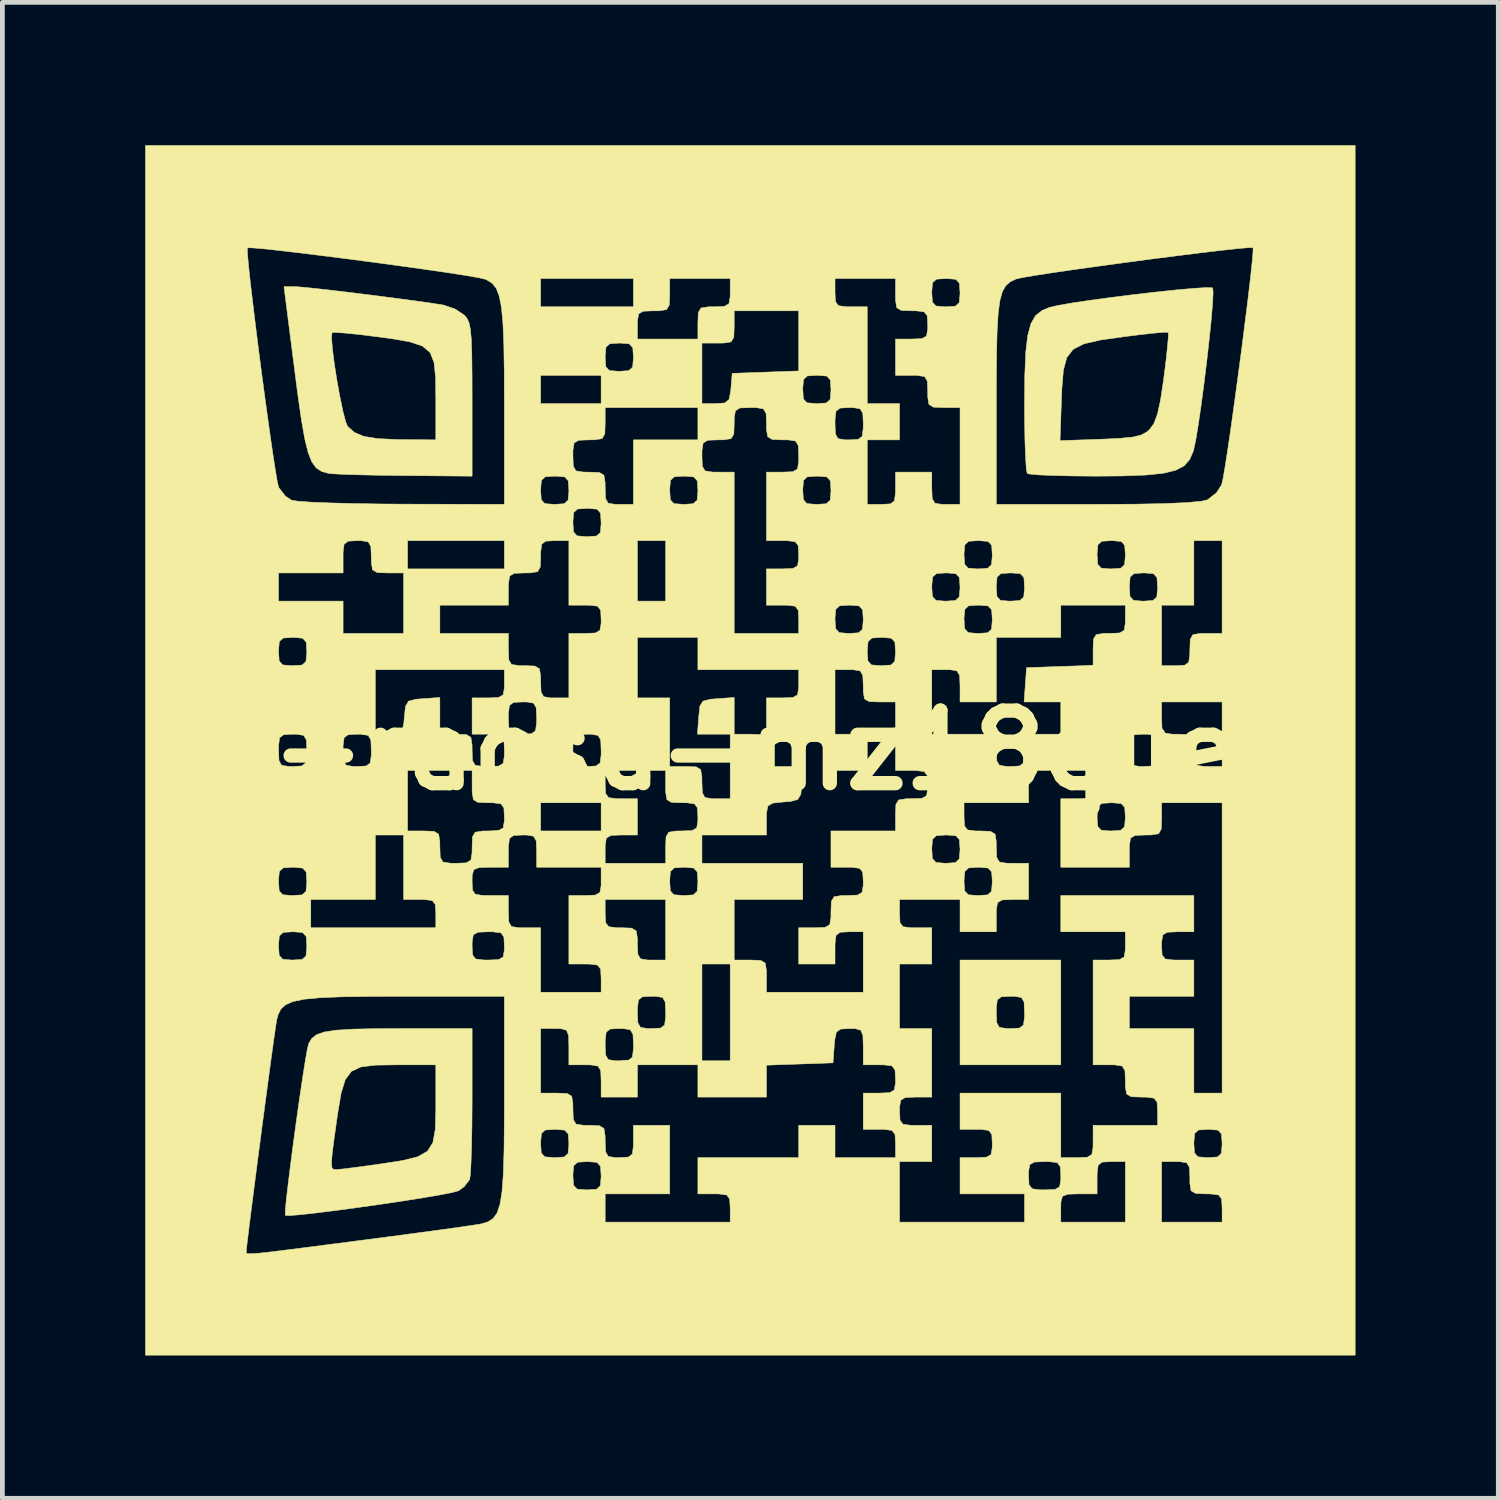
<source format=kicad_pcb>
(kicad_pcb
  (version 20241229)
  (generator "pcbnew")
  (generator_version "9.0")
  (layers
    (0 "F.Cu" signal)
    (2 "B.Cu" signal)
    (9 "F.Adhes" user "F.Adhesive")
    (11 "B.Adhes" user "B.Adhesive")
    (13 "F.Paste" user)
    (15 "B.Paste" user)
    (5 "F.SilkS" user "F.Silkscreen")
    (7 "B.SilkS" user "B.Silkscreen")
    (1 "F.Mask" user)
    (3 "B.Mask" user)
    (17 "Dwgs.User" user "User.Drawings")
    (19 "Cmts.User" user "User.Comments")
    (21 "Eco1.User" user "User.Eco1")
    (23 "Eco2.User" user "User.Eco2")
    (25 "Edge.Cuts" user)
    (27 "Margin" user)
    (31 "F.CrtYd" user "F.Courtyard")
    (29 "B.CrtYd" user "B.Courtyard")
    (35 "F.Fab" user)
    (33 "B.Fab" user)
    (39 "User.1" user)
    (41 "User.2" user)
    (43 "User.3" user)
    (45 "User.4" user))
  (footprint "qr-racsu-mz18quest"
    (layer "F.Cu")
    (at 12.705 12.705)
    (property "Reference" "qr-racsu-mz18quest" (at 0 0 0) (layer "F.SilkS") (effects (font (size 1.524 1.524) (thickness 0.3))))
    (attr through_hole)
    (fp_poly (pts (xy 6.519 6.604) (xy 4.403 6.604) (xy 4.403 5.503) (xy 5.165 5.503) (xy 5.174 5.72) (xy 5.229 5.817) (xy 5.374 5.841) (xy 5.461 5.842) (xy 5.651 5.832) (xy 5.735 5.768) (xy 5.757 5.603) (xy 5.757 5.503) (xy 5.748 5.286) (xy 5.693 5.19) (xy 5.548 5.165) (xy 5.461 5.165) (xy 5.271 5.175) (xy 5.187 5.238) (xy 5.165 5.403) (xy 5.165 5.503) (xy 4.403 5.503) (xy 4.403 4.403) (xy 6.519 4.403) (xy 6.519 6.604)) (stroke (width 0.01) (type solid)) (fill yes) (layer "F.SilkS"))
    (fp_poly (pts (xy -9.409 -9.726) (xy -9.122 -9.697) (xy -8.739 -9.653) (xy -8.294 -9.6) (xy -7.823 -9.541) (xy -7.361 -9.481) (xy -6.944 -9.425) (xy -6.608 -9.376) (xy -6.451 -9.352) (xy -6.201 -9.268) (xy -6.007 -9.139) (xy -5.949 -9.07) (xy -5.907 -8.977) (xy -5.877 -8.836) (xy -5.858 -8.621) (xy -5.848 -8.309) (xy -5.843 -7.875) (xy -5.842 -7.366) (xy -5.842 -5.757) (xy -7.26 -5.769) (xy -7.746 -5.775) (xy -8.182 -5.784) (xy -8.537 -5.795) (xy -8.778 -5.807) (xy -8.86 -5.816) (xy -9.001 -5.856) (xy -9.114 -5.929) (xy -9.207 -6.055) (xy -9.285 -6.253) (xy -9.357 -6.546) (xy -9.428 -6.952) (xy -9.505 -7.492) (xy -9.565 -7.958) (xy -9.656 -8.667) (xy -8.794 -8.667) (xy -8.776 -8.44) (xy -8.737 -8.13) (xy -8.682 -7.779) (xy -8.619 -7.429) (xy -8.555 -7.121) (xy -8.496 -6.897) (xy -8.457 -6.804) (xy -8.315 -6.676) (xy -8.119 -6.593) (xy -7.835 -6.546) (xy -7.426 -6.526) (xy -7.303 -6.525) (xy -6.604 -6.519) (xy -6.604 -7.395) (xy -6.609 -7.832) (xy -6.641 -8.143) (xy -6.724 -8.353) (xy -6.885 -8.489) (xy -7.149 -8.577) (xy -7.54 -8.645) (xy -7.839 -8.685) (xy -8.212 -8.731) (xy -8.517 -8.762) (xy -8.719 -8.775) (xy -8.783 -8.771) (xy -8.794 -8.667) (xy -9.656 -8.667) (xy -9.792 -9.737) (xy -9.563 -9.737) (xy -9.409 -9.726)) (stroke (width 0.01) (type solid)) (fill yes) (layer "F.SilkS"))
    (fp_poly (pts (xy -5.842 7.359) (xy -5.845 7.857) (xy -5.853 8.301) (xy -5.865 8.663) (xy -5.879 8.912) (xy -5.894 9.012) (xy -6.007 9.16) (xy -6.127 9.248) (xy -6.249 9.282) (xy -6.503 9.332) (xy -6.859 9.393) (xy -7.286 9.461) (xy -7.755 9.531) (xy -8.236 9.599) (xy -8.698 9.661) (xy -9.112 9.713) (xy -9.448 9.75) (xy -9.676 9.769) (xy -9.765 9.765) (xy -9.765 9.674) (xy -9.744 9.446) (xy -9.705 9.11) (xy -9.654 8.697) (xy -9.65 8.668) (xy -8.795 8.668) (xy -8.786 8.762) (xy -8.754 8.798) (xy -8.7 8.804) (xy -8.7 8.804) (xy -8.574 8.792) (xy -8.323 8.761) (xy -7.989 8.716) (xy -7.762 8.684) (xy -7.301 8.613) (xy -6.982 8.533) (xy -6.779 8.417) (xy -6.666 8.237) (xy -6.616 7.964) (xy -6.604 7.57) (xy -6.604 7.438) (xy -6.604 6.604) (xy -7.438 6.604) (xy -7.869 6.61) (xy -8.173 6.647) (xy -8.376 6.74) (xy -8.506 6.916) (xy -8.593 7.201) (xy -8.664 7.62) (xy -8.684 7.762) (xy -8.745 8.195) (xy -8.782 8.488) (xy -8.795 8.668) (xy -9.65 8.668) (xy -9.594 8.237) (xy -9.529 7.759) (xy -9.463 7.293) (xy -9.4 6.87) (xy -9.345 6.519) (xy -9.301 6.271) (xy -9.274 6.157) (xy -9.209 6.05) (xy -9.107 5.97) (xy -8.942 5.913) (xy -8.695 5.876) (xy -8.34 5.854) (xy -7.857 5.844) (xy -7.372 5.842) (xy -5.842 5.842) (xy -5.842 7.359)) (stroke (width 0.01) (type solid)) (fill yes) (layer "F.SilkS"))
    (fp_poly (pts (xy 9.702 -9.712) (xy 9.708 -9.708) (xy 9.717 -9.609) (xy 9.705 -9.374) (xy 9.677 -9.033) (xy 9.634 -8.617) (xy 9.582 -8.158) (xy 9.524 -7.687) (xy 9.464 -7.235) (xy 9.405 -6.833) (xy 9.352 -6.511) (xy 9.307 -6.302) (xy 9.3 -6.278) (xy 9.225 -6.106) (xy 9.11 -5.975) (xy 8.932 -5.881) (xy 8.669 -5.817) (xy 8.301 -5.78) (xy 7.804 -5.761) (xy 7.256 -5.757) (xy 6.788 -5.761) (xy 6.38 -5.77) (xy 6.063 -5.783) (xy 5.865 -5.801) (xy 5.814 -5.814) (xy 5.795 -5.913) (xy 5.779 -6.153) (xy 5.766 -6.502) (xy 5.766 -6.503) (xy 6.503 -6.503) (xy 7.356 -6.532) (xy 7.759 -6.551) (xy 8.032 -6.578) (xy 8.209 -6.622) (xy 8.331 -6.69) (xy 8.386 -6.74) (xy 8.476 -6.866) (xy 8.549 -7.061) (xy 8.614 -7.359) (xy 8.679 -7.791) (xy 8.684 -7.834) (xy 8.731 -8.206) (xy 8.763 -8.511) (xy 8.779 -8.713) (xy 8.777 -8.777) (xy 8.687 -8.778) (xy 8.465 -8.759) (xy 8.146 -8.723) (xy 7.834 -8.684) (xy 7.349 -8.615) (xy 7.006 -8.536) (xy 6.78 -8.422) (xy 6.645 -8.247) (xy 6.574 -7.983) (xy 6.542 -7.605) (xy 6.532 -7.356) (xy 6.503 -6.503) (xy 5.766 -6.503) (xy 5.759 -6.933) (xy 5.757 -7.256) (xy 5.763 -7.881) (xy 5.783 -8.359) (xy 5.825 -8.711) (xy 5.892 -8.961) (xy 5.99 -9.129) (xy 6.127 -9.237) (xy 6.278 -9.3) (xy 6.464 -9.343) (xy 6.767 -9.395) (xy 7.157 -9.453) (xy 7.602 -9.513) (xy 8.072 -9.572) (xy 8.536 -9.625) (xy 8.961 -9.67) (xy 9.318 -9.701) (xy 9.575 -9.717) (xy 9.702 -9.712)) (stroke (width 0.01) (type solid)) (fill yes) (layer "F.SilkS"))
    (fp_poly (pts (xy 12.7 12.7) (xy -12.7 12.7) (xy -12.7 10.541) (xy -10.585 10.541) (xy -10.579 10.56) (xy -10.546 10.57) (xy -10.468 10.57) (xy -10.328 10.56) (xy -10.108 10.536) (xy -9.79 10.497) (xy -9.355 10.442) (xy -8.786 10.368) (xy -8.167 10.288) (xy -7.553 10.208) (xy -6.983 10.132) (xy -6.483 10.065) (xy -6.078 10.008) (xy -5.792 9.966) (xy -5.65 9.943) (xy -5.512 9.901) (xy -5.402 9.831) (xy -5.318 9.715) (xy -5.257 9.533) (xy -5.214 9.268) (xy -5.189 8.932) (xy -3.725 8.932) (xy -3.712 9.131) (xy -3.638 9.212) (xy -3.452 9.229) (xy -3.429 9.229) (xy -3.23 9.216) (xy -3.149 9.142) (xy -3.133 8.955) (xy -3.133 8.932) (xy -3.146 8.734) (xy -3.22 8.652) (xy -3.406 8.636) (xy -3.429 8.636) (xy -3.628 8.649) (xy -3.709 8.723) (xy -3.725 8.91) (xy -3.725 8.932) (xy -5.189 8.932) (xy -5.187 8.901) (xy -5.172 8.413) (xy -5.17 8.255) (xy -4.403 8.255) (xy -4.39 8.454) (xy -4.316 8.535) (xy -4.129 8.551) (xy -4.106 8.551) (xy -3.908 8.538) (xy -3.826 8.464) (xy -3.81 8.278) (xy -3.81 8.255) (xy -3.823 8.056) (xy -3.897 7.975) (xy -4.084 7.959) (xy -4.106 7.959) (xy -4.305 7.972) (xy -4.386 8.046) (xy -4.403 8.232) (xy -4.403 8.255) (xy -5.17 8.255) (xy -5.166 7.787) (xy -5.165 7.286) (xy -5.165 5.842) (xy -4.403 5.842) (xy -4.403 7.197) (xy -4.064 7.197) (xy -3.847 7.205) (xy -3.751 7.262) (xy -3.726 7.417) (xy -3.725 7.535) (xy -3.717 7.752) (xy -3.66 7.848) (xy -3.505 7.873) (xy -3.387 7.874) (xy -3.17 7.882) (xy -3.074 7.939) (xy -3.049 8.094) (xy -3.048 8.213) (xy -3.039 8.43) (xy -2.984 8.526) (xy -2.839 8.551) (xy -2.752 8.551) (xy -2.562 8.541) (xy -2.478 8.478) (xy -2.456 8.313) (xy -2.455 8.213) (xy -2.455 7.874) (xy -1.693 7.874) (xy -1.693 9.313) (xy -3.048 9.313) (xy -3.048 9.906) (xy -0.423 9.906) (xy -0.423 9.61) (xy -0.434 9.42) (xy -0.497 9.336) (xy -0.662 9.314) (xy -0.762 9.313) (xy -1.101 9.313) (xy -1.101 8.551) (xy 1.016 8.551) (xy 1.016 7.874) (xy 1.778 7.874) (xy 1.778 8.551) (xy 3.048 8.551) (xy 3.048 8.255) (xy 3.038 8.065) (xy 2.974 7.981) (xy 2.809 7.959) (xy 2.709 7.959) (xy 2.371 7.959) (xy 2.371 7.197) (xy 2.709 7.197) (xy 2.926 7.188) (xy 3.023 7.132) (xy 3.047 6.988) (xy 3.048 6.9) (xy 3.038 6.711) (xy 2.974 6.626) (xy 2.809 6.605) (xy 2.709 6.604) (xy 2.371 6.604) (xy 2.371 6.223) (xy 2.364 5.989) (xy 2.321 5.878) (xy 2.207 5.844) (xy 2.079 5.842) (xy 1.896 5.853) (xy 1.807 5.916) (xy 1.772 6.08) (xy 1.762 6.202) (xy 1.736 6.562) (xy 0.339 6.611) (xy 0.339 7.281) (xy -1.101 7.281) (xy -1.101 6.604) (xy -2.371 6.604) (xy -2.371 7.281) (xy -3.133 7.281) (xy -3.133 6.943) (xy -3.141 6.726) (xy -3.198 6.63) (xy -3.353 6.605) (xy -3.471 6.604) (xy -3.81 6.604) (xy -3.81 6.223) (xy -3.811 6.181) (xy -3.048 6.181) (xy -3.039 6.398) (xy -2.984 6.494) (xy -2.839 6.519) (xy -2.752 6.519) (xy -2.562 6.509) (xy -2.478 6.446) (xy -2.456 6.281) (xy -2.455 6.181) (xy -2.464 5.964) (xy -2.52 5.867) (xy -2.664 5.843) (xy -2.752 5.842) (xy -2.941 5.852) (xy -3.026 5.916) (xy -3.047 6.081) (xy -3.048 6.181) (xy -3.811 6.181) (xy -3.816 5.989) (xy -3.859 5.878) (xy -3.974 5.844) (xy -4.106 5.842) (xy -4.403 5.842) (xy -5.165 5.842) (xy -5.165 5.503) (xy -2.371 5.503) (xy -2.362 5.72) (xy -2.306 5.817) (xy -2.162 5.841) (xy -2.074 5.842) (xy -1.885 5.832) (xy -1.8 5.768) (xy -1.779 5.603) (xy -1.778 5.503) (xy -1.787 5.286) (xy -1.842 5.19) (xy -1.987 5.165) (xy -2.074 5.165) (xy -2.264 5.175) (xy -2.348 5.238) (xy -2.37 5.403) (xy -2.371 5.503) (xy -5.165 5.503) (xy -5.165 5.165) (xy -7.286 5.165) (xy -8.014 5.167) (xy -8.592 5.176) (xy -9.037 5.194) (xy -9.368 5.226) (xy -9.603 5.275) (xy -9.76 5.344) (xy -9.859 5.436) (xy -9.917 5.555) (xy -9.943 5.65) (xy -9.964 5.781) (xy -10.003 6.05) (xy -10.056 6.431) (xy -10.119 6.897) (xy -10.189 7.42) (xy -10.263 7.976) (xy -10.336 8.536) (xy -10.406 9.075) (xy -10.469 9.565) (xy -10.522 9.981) (xy -10.56 10.295) (xy -10.581 10.481) (xy -10.583 10.517) (xy -10.585 10.541) (xy -12.7 10.541) (xy -12.7 4.106) (xy -9.906 4.106) (xy -9.893 4.305) (xy -9.819 4.386) (xy -9.632 4.403) (xy -9.61 4.403) (xy -9.411 4.39) (xy -9.33 4.316) (xy -9.313 4.129) (xy -9.313 4.106) (xy -5.842 4.106) (xy -5.832 4.296) (xy -5.768 4.38) (xy -5.603 4.402) (xy -5.503 4.403) (xy -5.286 4.394) (xy -5.19 4.338) (xy -5.165 4.194) (xy -5.165 4.106) (xy -5.175 3.917) (xy -5.238 3.832) (xy -5.403 3.811) (xy -5.503 3.81) (xy -5.72 3.819) (xy -5.817 3.874) (xy -5.841 4.019) (xy -5.842 4.106) (xy -9.313 4.106) (xy -9.326 3.908) (xy -9.4 3.826) (xy -9.587 3.81) (xy -9.61 3.81) (xy -9.808 3.823) (xy -9.89 3.897) (xy -9.906 4.084) (xy -9.906 4.106) (xy -12.7 4.106) (xy -12.7 3.133) (xy -9.229 3.133) (xy -9.229 3.725) (xy -6.604 3.725) (xy -6.604 3.429) (xy -6.614 3.239) (xy -6.678 3.155) (xy -6.843 3.133) (xy -6.943 3.133) (xy -7.281 3.133) (xy -7.281 2.752) (xy -5.842 2.752) (xy -5.834 2.934) (xy -5.779 3.02) (xy -5.631 3.046) (xy -5.461 3.048) (xy -5.08 3.048) (xy -5.08 3.387) (xy -5.072 3.603) (xy -5.015 3.7) (xy -4.86 3.725) (xy -4.741 3.725) (xy -4.403 3.725) (xy -4.403 5.08) (xy -3.133 5.08) (xy -3.133 4.784) (xy -3.143 4.594) (xy -3.206 4.51) (xy -3.371 4.488) (xy -3.471 4.487) (xy -1.016 4.487) (xy -1.016 6.519) (xy -0.423 6.519) (xy -0.423 4.487) (xy -1.016 4.487) (xy -3.471 4.487) (xy -3.81 4.487) (xy -3.81 3.133) (xy -3.048 3.133) (xy -3.048 3.429) (xy -3.038 3.619) (xy -2.974 3.703) (xy -2.809 3.725) (xy -2.709 3.725) (xy -2.493 3.733) (xy -2.396 3.791) (xy -2.371 3.945) (xy -2.371 4.064) (xy -2.362 4.281) (xy -2.306 4.377) (xy -2.162 4.402) (xy -2.074 4.403) (xy -1.778 4.403) (xy -1.778 3.133) (xy -3.048 3.133) (xy -3.81 3.133) (xy -3.81 3.048) (xy -3.471 3.048) (xy -3.254 3.039) (xy -3.158 2.984) (xy -3.133 2.839) (xy -3.133 2.752) (xy -1.693 2.752) (xy -1.68 2.95) (xy -1.606 3.032) (xy -1.42 3.048) (xy -1.397 3.048) (xy -1.198 3.035) (xy -1.117 2.961) (xy -1.101 2.774) (xy -1.101 2.752) (xy -1.114 2.553) (xy -1.188 2.472) (xy -1.374 2.455) (xy -1.397 2.455) (xy -1.596 2.468) (xy -1.677 2.542) (xy -1.693 2.729) (xy -1.693 2.752) (xy -3.133 2.752) (xy -3.133 2.455) (xy -4.487 2.455) (xy -4.487 2.117) (xy -4.496 1.9) (xy -4.552 1.803) (xy -4.696 1.779) (xy -4.784 1.778) (xy -4.973 1.788) (xy -5.058 1.852) (xy -5.079 2.017) (xy -5.08 2.117) (xy -5.08 2.455) (xy -5.461 2.455) (xy -5.695 2.462) (xy -5.806 2.505) (xy -5.84 2.62) (xy -5.842 2.752) (xy -7.281 2.752) (xy -7.281 1.778) (xy -7.874 1.778) (xy -7.874 3.133) (xy -9.229 3.133) (xy -12.7 3.133) (xy -12.7 2.752) (xy -9.906 2.752) (xy -9.893 2.95) (xy -9.819 3.032) (xy -9.632 3.048) (xy -9.61 3.048) (xy -9.411 3.035) (xy -9.33 2.961) (xy -9.313 2.774) (xy -9.313 2.752) (xy -9.326 2.553) (xy -9.4 2.472) (xy -9.587 2.455) (xy -9.61 2.455) (xy -9.808 2.468) (xy -9.89 2.542) (xy -9.906 2.729) (xy -9.906 2.752) (xy -12.7 2.752) (xy -12.7 0.423) (xy -7.197 0.423) (xy -7.197 1.693) (xy -6.858 1.693) (xy -6.641 1.701) (xy -6.545 1.759) (xy -6.52 1.913) (xy -6.519 2.032) (xy -6.511 2.249) (xy -6.454 2.345) (xy -6.299 2.37) (xy -6.181 2.371) (xy -5.964 2.363) (xy -5.868 2.305) (xy -5.843 2.151) (xy -5.842 2.032) (xy -5.834 1.815) (xy -5.777 1.719) (xy -5.622 1.694) (xy -5.503 1.693) (xy -5.286 1.684) (xy -5.19 1.629) (xy -5.165 1.484) (xy -5.165 1.397) (xy -5.175 1.207) (xy -5.238 1.123) (xy -5.403 1.101) (xy -5.503 1.101) (xy -4.403 1.101) (xy -4.403 1.693) (xy -3.133 1.693) (xy -3.133 1.101) (xy -4.403 1.101) (xy -5.503 1.101) (xy -5.72 1.093) (xy -5.816 1.035) (xy -5.841 0.881) (xy -5.842 0.762) (xy -5.842 0.423) (xy -3.048 0.423) (xy -3.048 0.72) (xy -3.038 0.909) (xy -2.974 0.994) (xy -2.809 1.015) (xy -2.709 1.016) (xy -2.371 1.016) (xy -2.371 1.778) (xy -2.709 1.778) (xy -2.926 1.787) (xy -3.023 1.842) (xy -3.047 1.987) (xy -3.048 2.074) (xy -3.048 2.371) (xy -1.778 2.371) (xy -1.778 2.032) (xy -1.77 1.815) (xy -1.713 1.719) (xy -1.558 1.694) (xy -1.439 1.693) (xy -1.222 1.684) (xy -1.126 1.629) (xy -1.101 1.484) (xy -1.101 1.397) (xy -1.111 1.207) (xy -1.174 1.123) (xy -1.339 1.101) (xy -1.439 1.101) (xy -1.656 1.093) (xy -1.752 1.035) (xy -1.777 0.881) (xy -1.778 0.762) (xy -1.778 0.423) (xy -3.048 0.423) (xy -5.842 0.423) (xy -7.197 0.423) (xy -12.7 0.423) (xy -12.7 0) (xy -9.906 0) (xy -9.897 0.217) (xy -9.842 0.313) (xy -9.697 0.338) (xy -9.61 0.339) (xy -9.42 0.328) (xy -9.336 0.265) (xy -9.314 0.1) (xy -9.313 0) (xy -8.551 0) (xy -8.542 0.217) (xy -8.487 0.313) (xy -8.342 0.338) (xy -8.255 0.339) (xy -8.065 0.328) (xy -7.981 0.265) (xy -7.959 0.1) (xy -7.959 0) (xy -7.968 -0.217) (xy -8.023 -0.313) (xy -8.168 -0.338) (xy -8.255 -0.339) (xy -8.445 -0.328) (xy -8.529 -0.265) (xy -8.551 -0.1) (xy -8.551 0) (xy -9.313 0) (xy -9.322 -0.217) (xy -9.378 -0.313) (xy -9.522 -0.338) (xy -9.61 -0.339) (xy -9.799 -0.328) (xy -9.884 -0.265) (xy -9.905 -0.1) (xy -9.906 0) (xy -12.7 0) (xy -12.7 -1.693) (xy -7.874 -1.693) (xy -7.874 -0.339) (xy -7.583 -0.339) (xy -7.399 -0.349) (xy -7.31 -0.413) (xy -7.275 -0.577) (xy -7.265 -0.699) (xy -7.24 -0.925) (xy -7.177 -1.032) (xy -7.023 -1.073) (xy -6.879 -1.084) (xy -6.519 -1.11) (xy -6.519 -0.339) (xy -6.181 -0.339) (xy -5.964 -0.331) (xy -5.868 -0.273) (xy -5.843 -0.119) (xy -5.842 0) (xy -5.834 0.217) (xy -5.777 0.313) (xy -5.622 0.338) (xy -5.503 0.339) (xy -5.287 0.331) (xy -5.19 0.273) (xy -5.165 0.119) (xy -5.165 0) (xy -3.725 0) (xy -3.716 0.217) (xy -3.661 0.313) (xy -3.516 0.338) (xy -3.429 0.339) (xy -3.239 0.328) (xy -3.155 0.265) (xy -3.133 0.1) (xy -3.133 0) (xy -3.142 -0.217) (xy -3.197 -0.313) (xy -3.342 -0.338) (xy -3.429 -0.339) (xy -3.619 -0.328) (xy -3.703 -0.265) (xy -3.725 -0.1) (xy -3.725 0) (xy -5.165 0) (xy -5.173 -0.217) (xy -5.23 -0.313) (xy -5.385 -0.338) (xy -5.503 -0.339) (xy -5.842 -0.339) (xy -5.842 -0.677) (xy -5.08 -0.677) (xy -5.071 -0.46) (xy -5.016 -0.364) (xy -4.871 -0.339) (xy -4.784 -0.339) (xy -4.594 -0.349) (xy -4.51 -0.412) (xy -4.488 -0.577) (xy -4.487 -0.677) (xy -4.496 -0.894) (xy -4.552 -0.991) (xy -4.696 -1.015) (xy -4.784 -1.016) (xy -4.973 -1.006) (xy -5.058 -0.942) (xy -5.079 -0.777) (xy -5.08 -0.677) (xy -5.842 -0.677) (xy -5.842 -1.101) (xy -5.503 -1.101) (xy -5.286 -1.11) (xy -5.19 -1.165) (xy -5.165 -1.31) (xy -5.165 -1.397) (xy -5.165 -1.693) (xy -7.874 -1.693) (xy -12.7 -1.693) (xy -12.7 -2.074) (xy -9.906 -2.074) (xy -9.893 -1.876) (xy -9.819 -1.794) (xy -9.632 -1.778) (xy -9.61 -1.778) (xy -9.411 -1.791) (xy -9.33 -1.865) (xy -9.313 -2.052) (xy -9.313 -2.074) (xy -9.326 -2.273) (xy -9.4 -2.354) (xy -9.587 -2.371) (xy -9.61 -2.371) (xy -9.808 -2.358) (xy -9.89 -2.284) (xy -9.906 -2.097) (xy -9.906 -2.074) (xy -12.7 -2.074) (xy -12.7 -3.725) (xy -9.906 -3.725) (xy -9.906 -3.133) (xy -8.551 -3.133) (xy -8.551 -2.455) (xy -7.281 -2.455) (xy -7.281 -3.048) (xy -6.519 -3.048) (xy -6.519 -2.455) (xy -5.08 -2.455) (xy -5.08 -2.117) (xy -5.072 -1.9) (xy -5.015 -1.804) (xy -4.86 -1.779) (xy -4.741 -1.778) (xy -4.525 -1.77) (xy -4.428 -1.713) (xy -4.403 -1.558) (xy -4.403 -1.439) (xy -4.394 -1.222) (xy -4.338 -1.126) (xy -4.194 -1.101) (xy -4.106 -1.101) (xy -3.81 -1.101) (xy -3.81 -2.371) (xy -2.371 -2.371) (xy -2.371 -1.101) (xy -1.693 -1.101) (xy -1.693 0.339) (xy -1.355 0.339) (xy -1.138 0.347) (xy -1.042 0.404) (xy -1.017 0.559) (xy -1.016 0.677) (xy -1.007 0.894) (xy -0.952 0.991) (xy -0.807 1.015) (xy -0.72 1.016) (xy -0.423 1.016) (xy -0.423 -0.339) (xy -1.11 -0.339) (xy -1.084 -0.699) (xy -1.06 -0.925) (xy -0.996 -1.032) (xy -0.842 -1.073) (xy -0.699 -1.084) (xy -0.339 -1.11) (xy -0.339 -0.339) (xy 0 -0.339) (xy 0.217 -0.331) (xy 0.313 -0.273) (xy 0.338 -0.119) (xy 0.339 0) (xy 0.339 0.339) (xy 1.11 0.339) (xy 1.084 0.699) (xy 1.06 0.925) (xy 0.996 1.032) (xy 0.842 1.073) (xy 0.699 1.084) (xy 0.473 1.108) (xy 0.369 1.168) (xy 0.34 1.311) (xy 0.339 1.444) (xy 0.339 1.778) (xy -1.016 1.778) (xy -1.016 2.371) (xy 1.101 2.371) (xy 1.101 3.133) (xy -0.339 3.133) (xy -0.339 4.403) (xy 0 4.403) (xy 0.217 4.411) (xy 0.313 4.468) (xy 0.338 4.623) (xy 0.339 4.741) (xy 0.339 5.08) (xy 2.371 5.08) (xy 2.371 3.81) (xy 2.074 3.81) (xy 1.885 3.82) (xy 1.8 3.884) (xy 1.779 4.049) (xy 1.778 4.149) (xy 1.778 4.487) (xy 1.016 4.487) (xy 1.016 3.725) (xy 1.355 3.725) (xy 1.571 3.717) (xy 1.668 3.66) (xy 1.693 3.505) (xy 1.693 3.387) (xy 1.701 3.17) (xy 1.724 3.133) (xy 3.133 3.133) (xy 3.133 3.429) (xy 3.143 3.619) (xy 3.206 3.703) (xy 3.371 3.725) (xy 3.471 3.725) (xy 3.81 3.725) (xy 3.81 4.487) (xy 3.133 4.487) (xy 3.133 5.842) (xy 3.81 5.842) (xy 3.81 7.281) (xy 3.471 7.281) (xy 3.254 7.29) (xy 3.158 7.346) (xy 3.133 7.49) (xy 3.133 7.578) (xy 3.143 7.767) (xy 3.206 7.852) (xy 3.371 7.873) (xy 3.471 7.874) (xy 3.81 7.874) (xy 3.81 8.636) (xy 3.133 8.636) (xy 3.133 9.906) (xy 5.757 9.906) (xy 5.757 9.61) (xy 6.519 9.61) (xy 6.519 9.906) (xy 7.874 9.906) (xy 7.874 8.636) (xy 8.636 8.636) (xy 8.636 9.906) (xy 9.906 9.906) (xy 9.906 9.61) (xy 9.896 9.42) (xy 9.832 9.336) (xy 9.667 9.314) (xy 9.567 9.313) (xy 9.351 9.305) (xy 9.254 9.248) (xy 9.229 9.093) (xy 9.229 8.975) (xy 9.22 8.758) (xy 9.164 8.661) (xy 9.02 8.637) (xy 8.932 8.636) (xy 8.636 8.636) (xy 7.874 8.636) (xy 7.578 8.636) (xy 7.388 8.646) (xy 7.304 8.71) (xy 7.282 8.875) (xy 7.281 8.975) (xy 7.281 9.313) (xy 6.9 9.313) (xy 6.666 9.32) (xy 6.555 9.363) (xy 6.522 9.478) (xy 6.519 9.61) (xy 5.757 9.61) (xy 5.757 9.313) (xy 4.403 9.313) (xy 4.403 8.932) (xy 5.842 8.932) (xy 5.852 9.122) (xy 5.916 9.206) (xy 6.081 9.228) (xy 6.181 9.229) (xy 6.398 9.22) (xy 6.494 9.164) (xy 6.519 9.02) (xy 6.519 8.932) (xy 6.509 8.743) (xy 6.446 8.658) (xy 6.281 8.637) (xy 6.181 8.636) (xy 5.964 8.645) (xy 5.867 8.7) (xy 5.843 8.845) (xy 5.842 8.932) (xy 4.403 8.932) (xy 4.403 8.551) (xy 4.741 8.551) (xy 4.958 8.542) (xy 5.055 8.487) (xy 5.079 8.342) (xy 5.08 8.255) (xy 5.07 8.065) (xy 5.006 7.981) (xy 4.841 7.959) (xy 4.741 7.959) (xy 4.403 7.959) (xy 4.403 7.197) (xy 6.519 7.197) (xy 6.519 8.551) (xy 6.858 8.551) (xy 7.075 8.543) (xy 7.171 8.486) (xy 7.196 8.331) (xy 7.196 8.255) (xy 9.313 8.255) (xy 9.326 8.454) (xy 9.4 8.535) (xy 9.587 8.551) (xy 9.61 8.551) (xy 9.808 8.538) (xy 9.89 8.464) (xy 9.906 8.278) (xy 9.906 8.255) (xy 9.893 8.056) (xy 9.819 7.975) (xy 9.632 7.959) (xy 9.61 7.959) (xy 9.411 7.972) (xy 9.33 8.046) (xy 9.313 8.232) (xy 9.313 8.255) (xy 7.196 8.255) (xy 7.197 8.213) (xy 7.197 7.874) (xy 8.551 7.874) (xy 8.551 7.578) (xy 8.541 7.388) (xy 8.478 7.304) (xy 8.313 7.282) (xy 8.213 7.281) (xy 7.996 7.273) (xy 7.9 7.216) (xy 7.875 7.061) (xy 7.874 6.943) (xy 7.866 6.726) (xy 7.809 6.63) (xy 7.654 6.605) (xy 7.535 6.604) (xy 7.197 6.604) (xy 7.197 4.403) (xy 7.535 4.403) (xy 7.752 4.394) (xy 7.849 4.338) (xy 7.873 4.194) (xy 7.874 4.106) (xy 7.874 3.81) (xy 6.519 3.81) (xy 6.519 3.048) (xy 9.313 3.048) (xy 9.313 3.81) (xy 8.975 3.81) (xy 8.758 3.819) (xy 8.661 3.874) (xy 8.637 4.019) (xy 8.636 4.106) (xy 8.646 4.296) (xy 8.71 4.38) (xy 8.875 4.402) (xy 8.975 4.403) (xy 9.313 4.403) (xy 9.313 5.165) (xy 7.959 5.165) (xy 7.959 5.842) (xy 9.313 5.842) (xy 9.313 7.197) (xy 9.906 7.197) (xy 9.906 1.101) (xy 8.636 1.101) (xy 8.636 1.439) (xy 8.628 1.656) (xy 8.571 1.752) (xy 8.416 1.777) (xy 8.297 1.778) (xy 8.081 1.786) (xy 7.984 1.843) (xy 7.959 1.998) (xy 7.959 2.117) (xy 7.959 2.455) (xy 6.519 2.455) (xy 6.519 1.397) (xy 7.281 1.397) (xy 7.294 1.596) (xy 7.368 1.677) (xy 7.555 1.693) (xy 7.578 1.693) (xy 7.776 1.68) (xy 7.858 1.606) (xy 7.874 1.42) (xy 7.874 1.397) (xy 7.861 1.198) (xy 7.787 1.117) (xy 7.6 1.101) (xy 7.578 1.101) (xy 7.379 1.114) (xy 7.298 1.188) (xy 7.281 1.374) (xy 7.281 1.397) (xy 6.519 1.397) (xy 6.519 1.016) (xy 6.858 1.016) (xy 7.075 1.007) (xy 7.171 0.952) (xy 7.196 0.807) (xy 7.197 0.72) (xy 7.197 0.423) (xy 5.842 0.423) (xy 5.842 1.101) (xy 4.487 1.101) (xy 4.487 1.397) (xy 4.498 1.587) (xy 4.561 1.671) (xy 4.726 1.693) (xy 4.826 1.693) (xy 5.043 1.701) (xy 5.139 1.759) (xy 5.164 1.913) (xy 5.165 2.032) (xy 5.173 2.249) (xy 5.23 2.345) (xy 5.385 2.37) (xy 5.503 2.371) (xy 5.842 2.371) (xy 5.842 3.133) (xy 5.503 3.133) (xy 5.287 3.141) (xy 5.19 3.198) (xy 5.165 3.353) (xy 5.165 3.471) (xy 5.165 3.81) (xy 4.403 3.81) (xy 4.403 3.133) (xy 3.133 3.133) (xy 1.724 3.133) (xy 1.759 3.074) (xy 1.913 3.049) (xy 2.032 3.048) (xy 2.249 3.039) (xy 2.345 2.984) (xy 2.37 2.839) (xy 2.371 2.752) (xy 4.487 2.752) (xy 4.5 2.95) (xy 4.574 3.032) (xy 4.761 3.048) (xy 4.784 3.048) (xy 4.982 3.035) (xy 5.064 2.961) (xy 5.08 2.774) (xy 5.08 2.752) (xy 5.067 2.553) (xy 4.993 2.472) (xy 4.806 2.455) (xy 4.784 2.455) (xy 4.585 2.468) (xy 4.504 2.542) (xy 4.487 2.729) (xy 4.487 2.752) (xy 2.371 2.752) (xy 2.36 2.562) (xy 2.297 2.478) (xy 2.132 2.456) (xy 2.032 2.455) (xy 1.693 2.455) (xy 1.693 2.074) (xy 3.81 2.074) (xy 3.823 2.273) (xy 3.897 2.354) (xy 4.084 2.371) (xy 4.106 2.371) (xy 4.305 2.358) (xy 4.386 2.284) (xy 4.403 2.097) (xy 4.403 2.074) (xy 4.39 1.876) (xy 4.316 1.794) (xy 4.129 1.778) (xy 4.106 1.778) (xy 3.908 1.791) (xy 3.826 1.865) (xy 3.81 2.052) (xy 3.81 2.074) (xy 1.693 2.074) (xy 1.693 1.693) (xy 3.048 1.693) (xy 3.048 1.355) (xy 3.056 1.138) (xy 3.113 1.042) (xy 3.268 1.017) (xy 3.387 1.016) (xy 3.604 1.007) (xy 3.7 0.952) (xy 3.725 0.807) (xy 3.725 0.72) (xy 3.715 0.53) (xy 3.652 0.446) (xy 3.487 0.424) (xy 3.387 0.423) (xy 3.048 0.423) (xy 3.048 -1.016) (xy 2.709 -1.016) (xy 2.493 -1.024) (xy 2.396 -1.081) (xy 2.371 -1.236) (xy 2.371 -1.355) (xy 2.362 -1.572) (xy 2.306 -1.668) (xy 2.162 -1.693) (xy 2.074 -1.693) (xy 3.81 -1.693) (xy 3.81 -0.339) (xy 5.165 -0.339) (xy 5.165 0) (xy 5.174 0.217) (xy 5.229 0.313) (xy 5.374 0.338) (xy 5.461 0.339) (xy 5.651 0.328) (xy 5.735 0.265) (xy 5.757 0.1) (xy 5.757 0) (xy 7.959 0) (xy 7.968 0.217) (xy 8.023 0.313) (xy 8.168 0.338) (xy 8.255 0.339) (xy 8.445 0.328) (xy 8.529 0.265) (xy 8.551 0.1) (xy 8.551 0) (xy 8.542 -0.217) (xy 8.487 -0.313) (xy 8.342 -0.338) (xy 8.255 -0.339) (xy 8.065 -0.328) (xy 7.981 -0.265) (xy 7.959 -0.1) (xy 7.959 0) (xy 5.757 0) (xy 5.757 -0.339) (xy 6.519 -0.339) (xy 6.519 -1.016) (xy 8.636 -1.016) (xy 8.636 -0.677) (xy 8.644 -0.461) (xy 8.701 -0.364) (xy 8.856 -0.339) (xy 8.975 -0.339) (xy 9.191 -0.331) (xy 9.288 -0.273) (xy 9.313 -0.119) (xy 9.313 0) (xy 9.322 0.217) (xy 9.378 0.313) (xy 9.522 0.338) (xy 9.61 0.339) (xy 9.906 0.339) (xy 9.906 -1.016) (xy 8.636 -1.016) (xy 6.519 -1.016) (xy 5.748 -1.016) (xy 5.774 -1.376) (xy 5.8 -1.736) (xy 7.197 -1.785) (xy 7.197 -2.12) (xy 7.205 -2.335) (xy 7.262 -2.43) (xy 7.418 -2.455) (xy 7.535 -2.455) (xy 7.752 -2.464) (xy 7.849 -2.52) (xy 7.873 -2.664) (xy 7.874 -2.752) (xy 7.874 -3.048) (xy 8.636 -3.048) (xy 8.636 -1.778) (xy 8.932 -1.778) (xy 9.122 -1.788) (xy 9.206 -1.852) (xy 9.228 -2.017) (xy 9.229 -2.117) (xy 9.237 -2.333) (xy 9.294 -2.43) (xy 9.449 -2.455) (xy 9.567 -2.455) (xy 9.906 -2.455) (xy 9.906 -4.403) (xy 9.313 -4.403) (xy 9.313 -3.048) (xy 8.636 -3.048) (xy 7.874 -3.048) (xy 6.519 -3.048) (xy 6.519 -2.371) (xy 5.165 -2.371) (xy 5.165 -1.016) (xy 4.403 -1.016) (xy 4.403 -1.355) (xy 4.394 -1.572) (xy 4.338 -1.668) (xy 4.194 -1.693) (xy 4.106 -1.693) (xy 3.81 -1.693) (xy 2.074 -1.693) (xy 1.778 -1.693) (xy 1.778 -0.339) (xy 2.455 -0.339) (xy 2.455 0.423) (xy 1.693 0.423) (xy 1.693 -0.339) (xy 0.339 -0.339) (xy 0.339 -1.101) (xy 0.677 -1.101) (xy 0.894 -1.11) (xy 0.991 -1.165) (xy 1.015 -1.31) (xy 1.016 -1.397) (xy 1.016 -1.693) (xy -1.101 -1.693) (xy -1.101 -2.074) (xy 2.455 -2.074) (xy 2.468 -1.876) (xy 2.542 -1.794) (xy 2.729 -1.778) (xy 2.752 -1.778) (xy 2.95 -1.791) (xy 3.032 -1.865) (xy 3.048 -2.052) (xy 3.048 -2.074) (xy 3.035 -2.273) (xy 2.961 -2.354) (xy 2.774 -2.371) (xy 2.752 -2.371) (xy 2.553 -2.358) (xy 2.472 -2.284) (xy 2.455 -2.097) (xy 2.455 -2.074) (xy -1.101 -2.074) (xy -1.101 -2.371) (xy -2.371 -2.371) (xy -3.81 -2.371) (xy -3.81 -2.455) (xy -3.471 -2.455) (xy -3.254 -2.464) (xy -3.158 -2.52) (xy -3.133 -2.664) (xy -3.133 -2.752) (xy -3.143 -2.941) (xy -3.206 -3.026) (xy -3.371 -3.047) (xy -3.471 -3.048) (xy -3.81 -3.048) (xy -3.81 -4.403) (xy -2.371 -4.403) (xy -2.371 -3.133) (xy -1.778 -3.133) (xy -1.778 -4.403) (xy -2.371 -4.403) (xy -3.81 -4.403) (xy -4.106 -4.403) (xy -4.296 -4.392) (xy -4.38 -4.329) (xy -4.402 -4.164) (xy -4.403 -4.064) (xy -4.411 -3.847) (xy -4.468 -3.751) (xy -4.623 -3.726) (xy -4.741 -3.725) (xy -4.958 -3.717) (xy -5.054 -3.66) (xy -5.079 -3.505) (xy -5.08 -3.387) (xy -5.08 -3.048) (xy -6.519 -3.048) (xy -7.281 -3.048) (xy -7.281 -3.725) (xy -7.62 -3.725) (xy -7.837 -3.733) (xy -7.933 -3.791) (xy -7.958 -3.945) (xy -7.959 -4.064) (xy -7.968 -4.281) (xy -8.023 -4.377) (xy -8.168 -4.402) (xy -8.255 -4.403) (xy -7.197 -4.403) (xy -7.197 -3.81) (xy -5.165 -3.81) (xy -5.165 -4.403) (xy -7.197 -4.403) (xy -8.255 -4.403) (xy -8.445 -4.392) (xy -8.529 -4.329) (xy -8.551 -4.164) (xy -8.551 -4.064) (xy -8.551 -3.725) (xy -9.906 -3.725) (xy -12.7 -3.725) (xy -12.7 -4.784) (xy -3.725 -4.784) (xy -3.712 -4.585) (xy -3.638 -4.504) (xy -3.452 -4.487) (xy -3.429 -4.487) (xy -3.23 -4.5) (xy -3.149 -4.574) (xy -3.133 -4.761) (xy -3.133 -4.784) (xy -3.146 -4.982) (xy -3.22 -5.064) (xy -3.406 -5.08) (xy -3.429 -5.08) (xy -3.628 -5.067) (xy -3.709 -4.993) (xy -3.725 -4.806) (xy -3.725 -4.784) (xy -12.7 -4.784) (xy -12.7 -10.458) (xy -10.561 -10.458) (xy -10.541 -10.224) (xy -10.504 -9.873) (xy -10.452 -9.431) (xy -10.39 -8.923) (xy -10.321 -8.373) (xy -10.247 -7.809) (xy -10.172 -7.255) (xy -10.1 -6.736) (xy -10.034 -6.277) (xy -9.977 -5.905) (xy -9.933 -5.645) (xy -9.904 -5.522) (xy -9.763 -5.338) (xy -9.632 -5.252) (xy -9.497 -5.231) (xy -9.217 -5.211) (xy -8.82 -5.195) (xy -8.329 -5.182) (xy -7.77 -5.173) (xy -7.303 -5.17) (xy -5.165 -5.165) (xy -5.165 -5.461) (xy -4.403 -5.461) (xy -4.39 -5.262) (xy -4.316 -5.181) (xy -4.129 -5.165) (xy -4.106 -5.165) (xy -3.908 -5.178) (xy -3.826 -5.252) (xy -3.81 -5.438) (xy -3.81 -5.461) (xy -3.823 -5.66) (xy -3.897 -5.741) (xy -4.084 -5.757) (xy -4.106 -5.757) (xy -4.305 -5.744) (xy -4.386 -5.67) (xy -4.403 -5.484) (xy -4.403 -5.461) (xy -5.165 -5.461) (xy -5.165 -6.181) (xy -3.725 -6.181) (xy -3.717 -5.964) (xy -3.66 -5.868) (xy -3.505 -5.843) (xy -3.387 -5.842) (xy -3.17 -5.834) (xy -3.074 -5.777) (xy -3.049 -5.622) (xy -3.048 -5.503) (xy -3.039 -5.286) (xy -2.984 -5.19) (xy -2.839 -5.165) (xy -2.752 -5.165) (xy -2.455 -5.165) (xy -2.455 -5.461) (xy -1.693 -5.461) (xy -1.68 -5.262) (xy -1.606 -5.181) (xy -1.42 -5.165) (xy -1.397 -5.165) (xy -1.198 -5.178) (xy -1.117 -5.252) (xy -1.101 -5.438) (xy -1.101 -5.461) (xy -1.114 -5.66) (xy -1.188 -5.741) (xy -1.374 -5.757) (xy -1.397 -5.757) (xy -1.596 -5.744) (xy -1.677 -5.67) (xy -1.693 -5.484) (xy -1.693 -5.461) (xy -2.455 -5.461) (xy -2.455 -6.181) (xy -1.016 -6.181) (xy -1.008 -5.964) (xy -0.951 -5.868) (xy -0.796 -5.843) (xy -0.677 -5.842) (xy -0.339 -5.842) (xy -0.339 -2.455) (xy 1.016 -2.455) (xy 1.016 -2.752) (xy 1.778 -2.752) (xy 1.791 -2.553) (xy 1.865 -2.472) (xy 2.052 -2.455) (xy 2.074 -2.455) (xy 2.273 -2.468) (xy 2.354 -2.542) (xy 2.371 -2.729) (xy 2.371 -2.752) (xy 4.487 -2.752) (xy 4.5 -2.553) (xy 4.574 -2.472) (xy 4.761 -2.455) (xy 4.784 -2.455) (xy 4.982 -2.468) (xy 5.064 -2.542) (xy 5.08 -2.729) (xy 5.08 -2.752) (xy 5.067 -2.95) (xy 4.993 -3.032) (xy 4.806 -3.048) (xy 4.784 -3.048) (xy 4.585 -3.035) (xy 4.504 -2.961) (xy 4.487 -2.774) (xy 4.487 -2.752) (xy 2.371 -2.752) (xy 2.358 -2.95) (xy 2.284 -3.032) (xy 2.097 -3.048) (xy 2.074 -3.048) (xy 1.876 -3.035) (xy 1.794 -2.961) (xy 1.778 -2.774) (xy 1.778 -2.752) (xy 1.016 -2.752) (xy 1.006 -2.941) (xy 0.942 -3.026) (xy 0.777 -3.047) (xy 0.677 -3.048) (xy 0.339 -3.048) (xy 0.339 -3.429) (xy 3.81 -3.429) (xy 3.823 -3.23) (xy 3.897 -3.149) (xy 4.084 -3.133) (xy 4.106 -3.133) (xy 4.305 -3.146) (xy 4.386 -3.22) (xy 4.403 -3.406) (xy 4.403 -3.429) (xy 5.165 -3.429) (xy 5.178 -3.23) (xy 5.252 -3.149) (xy 5.438 -3.133) (xy 5.461 -3.133) (xy 5.66 -3.146) (xy 5.741 -3.22) (xy 5.757 -3.406) (xy 5.757 -3.429) (xy 7.959 -3.429) (xy 7.972 -3.23) (xy 8.046 -3.149) (xy 8.232 -3.133) (xy 8.255 -3.133) (xy 8.454 -3.146) (xy 8.535 -3.22) (xy 8.551 -3.406) (xy 8.551 -3.429) (xy 8.538 -3.628) (xy 8.464 -3.709) (xy 8.278 -3.725) (xy 8.255 -3.725) (xy 8.056 -3.712) (xy 7.975 -3.638) (xy 7.959 -3.452) (xy 7.959 -3.429) (xy 5.757 -3.429) (xy 5.744 -3.628) (xy 5.67 -3.709) (xy 5.484 -3.725) (xy 5.461 -3.725) (xy 5.262 -3.712) (xy 5.181 -3.638) (xy 5.165 -3.452) (xy 5.165 -3.429) (xy 4.403 -3.429) (xy 4.39 -3.628) (xy 4.316 -3.709) (xy 4.129 -3.725) (xy 4.106 -3.725) (xy 3.908 -3.712) (xy 3.826 -3.638) (xy 3.81 -3.452) (xy 3.81 -3.429) (xy 0.339 -3.429) (xy 0.339 -3.81) (xy 0.677 -3.81) (xy 0.894 -3.819) (xy 0.991 -3.874) (xy 1.015 -4.019) (xy 1.016 -4.106) (xy 4.487 -4.106) (xy 4.5 -3.908) (xy 4.574 -3.826) (xy 4.761 -3.81) (xy 4.784 -3.81) (xy 4.982 -3.823) (xy 5.064 -3.897) (xy 5.08 -4.084) (xy 5.08 -4.106) (xy 7.281 -4.106) (xy 7.294 -3.908) (xy 7.368 -3.826) (xy 7.555 -3.81) (xy 7.578 -3.81) (xy 7.776 -3.823) (xy 7.858 -3.897) (xy 7.874 -4.084) (xy 7.874 -4.106) (xy 7.861 -4.305) (xy 7.787 -4.386) (xy 7.6 -4.403) (xy 7.578 -4.403) (xy 7.379 -4.39) (xy 7.298 -4.316) (xy 7.281 -4.129) (xy 7.281 -4.106) (xy 5.08 -4.106) (xy 5.067 -4.305) (xy 4.993 -4.386) (xy 4.806 -4.403) (xy 4.784 -4.403) (xy 4.585 -4.39) (xy 4.504 -4.316) (xy 4.487 -4.129) (xy 4.487 -4.106) (xy 1.016 -4.106) (xy 1.006 -4.296) (xy 0.942 -4.38) (xy 0.777 -4.402) (xy 0.677 -4.403) (xy 0.339 -4.403) (xy 0.339 -5.461) (xy 1.101 -5.461) (xy 1.114 -5.262) (xy 1.188 -5.181) (xy 1.374 -5.165) (xy 1.397 -5.165) (xy 1.596 -5.178) (xy 1.677 -5.252) (xy 1.693 -5.438) (xy 1.693 -5.461) (xy 1.68 -5.66) (xy 1.606 -5.741) (xy 1.42 -5.757) (xy 1.397 -5.757) (xy 1.198 -5.744) (xy 1.117 -5.67) (xy 1.101 -5.484) (xy 1.101 -5.461) (xy 0.339 -5.461) (xy 0.339 -5.842) (xy 0.677 -5.842) (xy 0.894 -5.85) (xy 0.99 -5.907) (xy 1.015 -6.062) (xy 1.016 -6.181) (xy 1.008 -6.397) (xy 0.951 -6.494) (xy 0.796 -6.519) (xy 0.677 -6.519) (xy 0.461 -6.527) (xy 0.364 -6.585) (xy 0.339 -6.739) (xy 0.339 -6.858) (xy 1.778 -6.858) (xy 1.787 -6.641) (xy 1.842 -6.545) (xy 1.987 -6.52) (xy 2.074 -6.519) (xy 2.264 -6.53) (xy 2.348 -6.593) (xy 2.37 -6.758) (xy 2.371 -6.858) (xy 2.362 -7.075) (xy 2.306 -7.171) (xy 2.162 -7.196) (xy 2.074 -7.197) (xy 1.885 -7.186) (xy 1.8 -7.123) (xy 1.779 -6.958) (xy 1.778 -6.858) (xy 0.339 -6.858) (xy 0.331 -7.075) (xy 0.273 -7.171) (xy 0.119 -7.196) (xy 0 -7.197) (xy -0.217 -7.189) (xy -0.313 -7.131) (xy -0.338 -6.977) (xy -0.339 -6.858) (xy -0.347 -6.641) (xy -0.404 -6.545) (xy -0.559 -6.52) (xy -0.677 -6.519) (xy -0.894 -6.511) (xy -0.99 -6.454) (xy -1.015 -6.299) (xy -1.016 -6.181) (xy -2.455 -6.181) (xy -2.455 -6.519) (xy -1.101 -6.519) (xy -1.101 -7.197) (xy -3.048 -7.197) (xy -3.048 -6.858) (xy -3.056 -6.641) (xy -3.113 -6.545) (xy -3.268 -6.52) (xy -3.387 -6.519) (xy -3.603 -6.511) (xy -3.7 -6.454) (xy -3.725 -6.299) (xy -3.725 -6.181) (xy -5.165 -6.181) (xy -5.165 -7.226) (xy -5.167 -7.874) (xy -4.403 -7.874) (xy -4.403 -7.281) (xy -3.133 -7.281) (xy -3.133 -7.874) (xy -4.403 -7.874) (xy -5.167 -7.874) (xy -5.167 -7.953) (xy -5.172 -8.255) (xy -3.048 -8.255) (xy -3.035 -8.056) (xy -2.961 -7.975) (xy -2.774 -7.959) (xy -2.752 -7.959) (xy -2.553 -7.972) (xy -2.472 -8.046) (xy -2.455 -8.232) (xy -2.455 -8.255) (xy -2.468 -8.454) (xy -2.542 -8.535) (xy -2.729 -8.551) (xy -2.752 -8.551) (xy -1.016 -8.551) (xy -1.016 -7.281) (xy -0.725 -7.281) (xy -0.533 -7.295) (xy -0.445 -7.369) (xy -0.411 -7.554) (xy -0.409 -7.578) (xy 1.101 -7.578) (xy 1.114 -7.379) (xy 1.188 -7.298) (xy 1.374 -7.281) (xy 1.397 -7.281) (xy 1.596 -7.294) (xy 1.677 -7.368) (xy 1.693 -7.555) (xy 1.693 -7.578) (xy 1.68 -7.776) (xy 1.606 -7.858) (xy 1.42 -7.874) (xy 1.397 -7.874) (xy 1.198 -7.861) (xy 1.117 -7.787) (xy 1.101 -7.6) (xy 1.101 -7.578) (xy -0.409 -7.578) (xy -0.407 -7.599) (xy -0.381 -7.916) (xy 0.318 -7.941) (xy 1.016 -7.966) (xy 1.016 -9.229) (xy -0.339 -9.229) (xy -0.339 -8.89) (xy -0.347 -8.673) (xy -0.404 -8.577) (xy -0.559 -8.552) (xy -0.677 -8.551) (xy -1.016 -8.551) (xy -2.752 -8.551) (xy -2.95 -8.538) (xy -3.032 -8.464) (xy -3.048 -8.278) (xy -3.048 -8.255) (xy -5.172 -8.255) (xy -5.176 -8.528) (xy -5.193 -8.932) (xy -2.371 -8.932) (xy -2.371 -8.636) (xy -1.101 -8.636) (xy -1.101 -8.975) (xy -1.093 -9.191) (xy -1.035 -9.288) (xy -0.881 -9.313) (xy -0.762 -9.313) (xy -0.545 -9.322) (xy -0.449 -9.378) (xy -0.424 -9.522) (xy -0.423 -9.61) (xy -0.423 -9.906) (xy 1.778 -9.906) (xy 1.778 -9.61) (xy 1.788 -9.42) (xy 1.852 -9.336) (xy 2.017 -9.314) (xy 2.117 -9.313) (xy 2.455 -9.313) (xy 2.455 -7.281) (xy 3.133 -7.281) (xy 3.133 -6.519) (xy 2.455 -6.519) (xy 2.455 -5.165) (xy 2.752 -5.165) (xy 2.941 -5.175) (xy 3.026 -5.238) (xy 3.047 -5.403) (xy 3.048 -5.503) (xy 3.048 -5.842) (xy 3.81 -5.842) (xy 3.81 -5.503) (xy 3.819 -5.286) (xy 3.874 -5.19) (xy 4.019 -5.165) (xy 4.106 -5.165) (xy 4.403 -5.165) (xy 4.403 -7.197) (xy 4.064 -7.197) (xy 3.847 -7.205) (xy 3.751 -7.262) (xy 3.748 -7.277) (xy 5.165 -7.277) (xy 5.165 -5.165) (xy 7.277 -5.165) (xy 8.064 -5.169) (xy 8.694 -5.181) (xy 9.165 -5.202) (xy 9.472 -5.231) (xy 9.6 -5.26) (xy 9.791 -5.412) (xy 9.896 -5.578) (xy 9.926 -5.706) (xy 9.971 -5.97) (xy 10.029 -6.345) (xy 10.096 -6.804) (xy 10.168 -7.323) (xy 10.243 -7.876) (xy 10.318 -8.437) (xy 10.387 -8.982) (xy 10.45 -9.483) (xy 10.501 -9.917) (xy 10.537 -10.257) (xy 10.556 -10.479) (xy 10.555 -10.555) (xy 10.464 -10.555) (xy 10.23 -10.535) (xy 9.88 -10.497) (xy 9.439 -10.444) (xy 8.932 -10.381) (xy 8.385 -10.311) (xy 7.824 -10.236) (xy 7.273 -10.161) (xy 6.759 -10.089) (xy 6.306 -10.023) (xy 5.941 -9.966) (xy 5.688 -9.922) (xy 5.578 -9.896) (xy 5.458 -9.839) (xy 5.364 -9.757) (xy 5.292 -9.632) (xy 5.24 -9.445) (xy 5.204 -9.175) (xy 5.182 -8.805) (xy 5.17 -8.314) (xy 5.165 -7.684) (xy 5.165 -7.277) (xy 3.748 -7.277) (xy 3.726 -7.417) (xy 3.725 -7.535) (xy 3.717 -7.752) (xy 3.66 -7.848) (xy 3.505 -7.873) (xy 3.387 -7.874) (xy 3.048 -7.874) (xy 3.048 -8.636) (xy 3.387 -8.636) (xy 3.604 -8.645) (xy 3.7 -8.7) (xy 3.725 -8.845) (xy 3.725 -8.932) (xy 3.715 -9.122) (xy 3.652 -9.206) (xy 3.487 -9.228) (xy 3.387 -9.229) (xy 3.17 -9.237) (xy 3.074 -9.294) (xy 3.049 -9.449) (xy 3.048 -9.567) (xy 3.048 -9.61) (xy 3.81 -9.61) (xy 3.823 -9.411) (xy 3.897 -9.33) (xy 4.084 -9.313) (xy 4.106 -9.313) (xy 4.305 -9.326) (xy 4.386 -9.4) (xy 4.403 -9.587) (xy 4.403 -9.61) (xy 4.39 -9.808) (xy 4.316 -9.89) (xy 4.129 -9.906) (xy 4.106 -9.906) (xy 3.908 -9.893) (xy 3.826 -9.819) (xy 3.81 -9.632) (xy 3.81 -9.61) (xy 3.048 -9.61) (xy 3.048 -9.906) (xy 1.778 -9.906) (xy -0.423 -9.906) (xy -1.693 -9.906) (xy -1.693 -9.567) (xy -1.701 -9.351) (xy -1.759 -9.254) (xy -1.913 -9.229) (xy -2.032 -9.229) (xy -2.249 -9.22) (xy -2.345 -9.164) (xy -2.37 -9.02) (xy -2.371 -8.932) (xy -5.193 -8.932) (xy -5.195 -8.972) (xy -5.226 -9.304) (xy -5.273 -9.541) (xy -5.337 -9.703) (xy -5.423 -9.809) (xy -5.533 -9.877) (xy -5.572 -9.893) (xy -5.627 -9.906) (xy -4.403 -9.906) (xy -4.403 -9.313) (xy -2.455 -9.313) (xy -2.455 -9.906) (xy -4.403 -9.906) (xy -5.627 -9.906) (xy -5.704 -9.924) (xy -5.972 -9.97) (xy -6.349 -10.029) (xy -6.811 -10.096) (xy -7.332 -10.169) (xy -7.886 -10.244) (xy -8.448 -10.318) (xy -8.992 -10.387) (xy -9.494 -10.449) (xy -9.927 -10.499) (xy -10.266 -10.535) (xy -10.486 -10.552) (xy -10.56 -10.55) (xy -10.561 -10.458) (xy -12.7 -10.458) (xy -12.7 -12.7) (xy 12.7 -12.7) (xy 12.7 12.7)) (stroke (width 0.01) (type solid)) (fill yes) (layer "F.SilkS")))
  (gr_rect
    (start -3 -3)
    (end 28.41 28.41)
    (stroke (width 0.1) (type default))
    (fill no)
    (layer "Edge.Cuts")))
</source>
